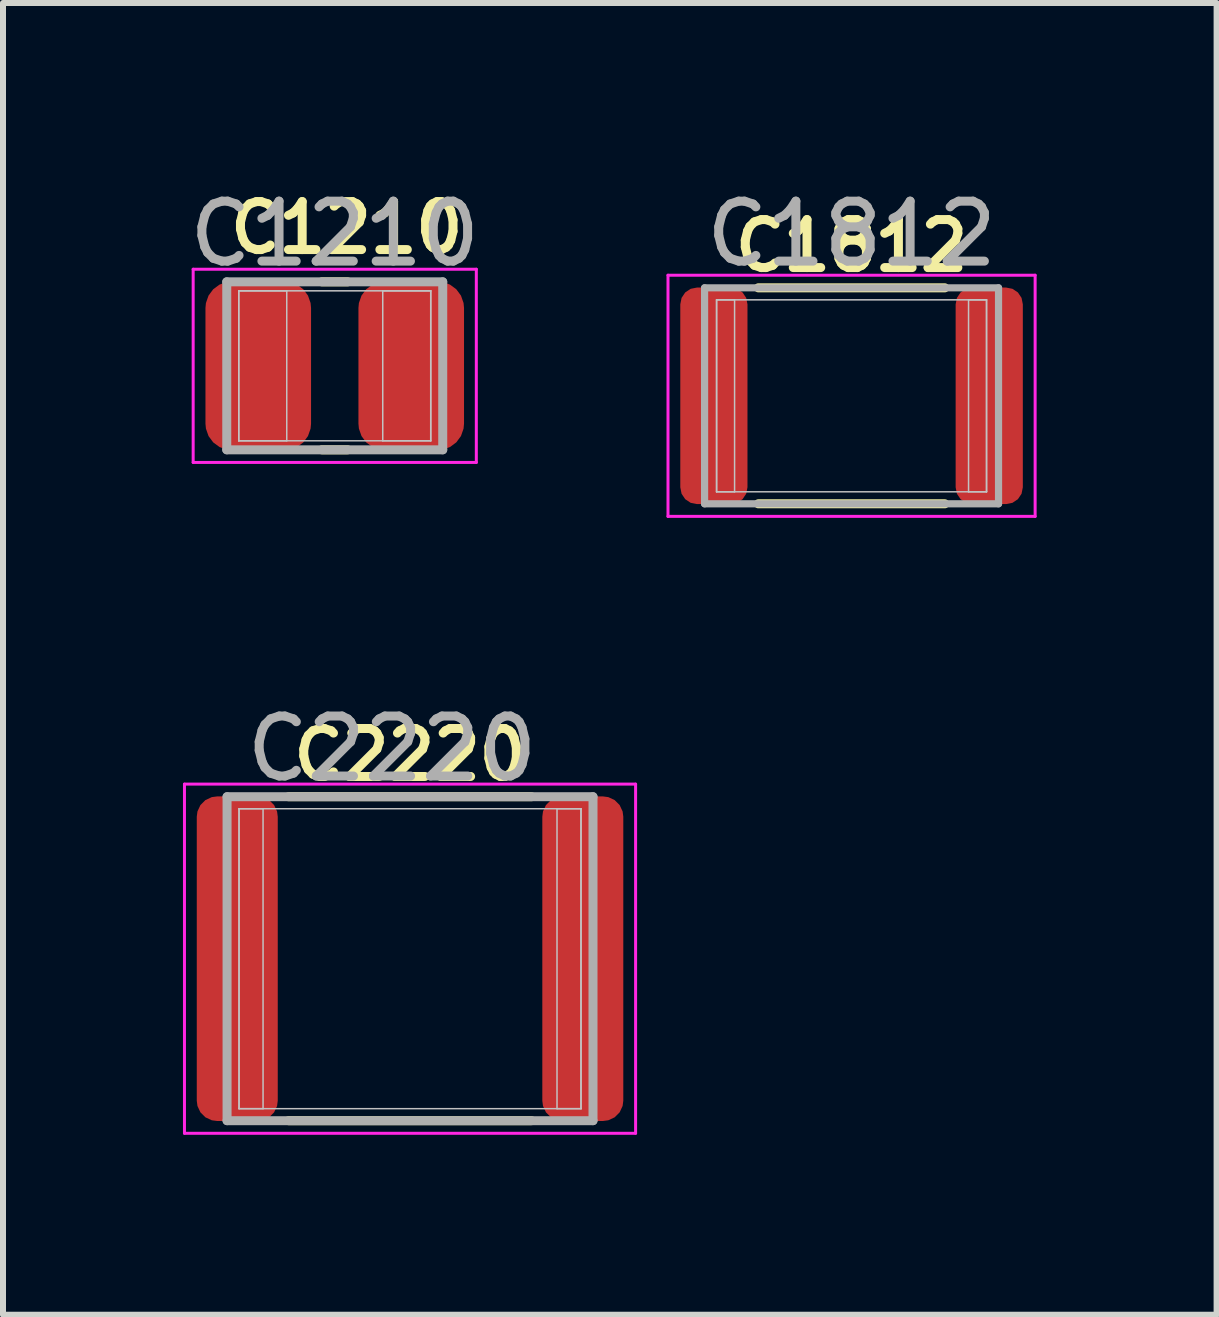
<source format=kicad_pcb>
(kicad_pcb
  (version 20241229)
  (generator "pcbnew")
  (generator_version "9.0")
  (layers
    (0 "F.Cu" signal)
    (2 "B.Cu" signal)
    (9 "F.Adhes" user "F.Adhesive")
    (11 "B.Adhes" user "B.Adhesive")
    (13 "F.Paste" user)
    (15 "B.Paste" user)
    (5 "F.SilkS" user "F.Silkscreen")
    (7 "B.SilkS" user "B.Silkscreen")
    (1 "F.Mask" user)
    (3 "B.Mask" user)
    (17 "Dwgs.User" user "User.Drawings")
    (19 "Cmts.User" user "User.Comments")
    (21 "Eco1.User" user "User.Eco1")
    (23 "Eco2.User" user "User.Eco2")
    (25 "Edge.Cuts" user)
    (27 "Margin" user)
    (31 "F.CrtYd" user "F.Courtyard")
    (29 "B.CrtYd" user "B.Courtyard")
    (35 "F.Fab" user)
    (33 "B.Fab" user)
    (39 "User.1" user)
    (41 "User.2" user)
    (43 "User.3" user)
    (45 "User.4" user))
  (footprint "C1812"
    (layer "F.Cu")
    (at 11.145 3.548)
    (property "Reference" "C1812" (at 0 -2.7 0) (layer "F.Fab") (effects (font (size 1 1) (thickness 0.15))))
    (attr smd)
    (fp_line (start -1.555 -1.8) (end 1.555 -1.8) (stroke (width 0.15) (type solid)) (layer "F.SilkS"))
    (fp_line (start -1.555 1.8) (end 1.555 1.8) (stroke (width 0.15) (type solid)) (layer "F.SilkS"))
    (fp_line (start -2.25 -1.6) (end -1.95 -1.6) (stroke (width 0.025) (type solid)) (layer "Dwgs.User"))
    (fp_line (start -2.25 -1.6) (end 2.25 -1.6) (stroke (width 0.025) (type solid)) (layer "Dwgs.User"))
    (fp_line (start -2.25 1.6) (end -2.25 -1.6) (stroke (width 0.025) (type solid)) (layer "Dwgs.User"))
    (fp_line (start -2.25 1.6) (end -2.25 -1.6) (stroke (width 0.025) (type solid)) (layer "Dwgs.User"))
    (fp_line (start -1.95 -1.6) (end -1.95 1.6) (stroke (width 0.025) (type solid)) (layer "Dwgs.User"))
    (fp_line (start -1.95 1.6) (end -2.25 1.6) (stroke (width 0.025) (type solid)) (layer "Dwgs.User"))
    (fp_line (start 1.95 -1.6) (end 2.25 -1.6) (stroke (width 0.025) (type solid)) (layer "Dwgs.User"))
    (fp_line (start 1.95 1.6) (end 1.95 -1.6) (stroke (width 0.025) (type solid)) (layer "Dwgs.User"))
    (fp_line (start 2.25 -1.6) (end 2.25 1.6) (stroke (width 0.025) (type solid)) (layer "Dwgs.User"))
    (fp_line (start 2.25 -1.6) (end 2.25 1.6) (stroke (width 0.025) (type solid)) (layer "Dwgs.User"))
    (fp_line (start 2.25 1.6) (end -2.25 1.6) (stroke (width 0.025) (type solid)) (layer "Dwgs.User"))
    (fp_line (start 2.25 1.6) (end 1.95 1.6) (stroke (width 0.025) (type solid)) (layer "Dwgs.User"))
    (fp_line (start -3.06 -2.01) (end 3.06 -2.01) (stroke (width 0.05) (type solid)) (layer "F.CrtYd"))
    (fp_line (start -3.06 2.01) (end -3.06 -2.01) (stroke (width 0.05) (type solid)) (layer "F.CrtYd"))
    (fp_line (start 3.06 -2.01) (end 3.06 2.01) (stroke (width 0.05) (type solid)) (layer "F.CrtYd"))
    (fp_line (start 3.06 2.01) (end -3.06 2.01) (stroke (width 0.05) (type solid)) (layer "F.CrtYd"))
    (fp_line (start -2.45 -1.8) (end 2.45 -1.8) (stroke (width 0.12) (type solid)) (layer "F.Fab"))
    (fp_line (start -2.45 1.8) (end -2.45 -1.8) (stroke (width 0.12) (type solid)) (layer "F.Fab"))
    (fp_line (start 2.45 -1.8) (end 2.45 1.8) (stroke (width 0.12) (type solid)) (layer "F.Fab"))
    (fp_line (start 2.45 1.8) (end -2.45 1.8) (stroke (width 0.12) (type solid)) (layer "F.Fab"))
    (fp_text user "${REFERENCE}" (at 0 -2.5 0) (layer "F.SilkS") (effects (font (size 0.8 0.8) (thickness 0.15))))
    (pad "" smd custom (at -2.295 0) (size 0.3 0.3) (layers "F.Paste") (options (anchor circle)) (primitives (gr_poly (pts (xy -0.56 -1.55) (xy -0.3 -1.805) (xy 0.185 -1.805) (xy 0.56 0) (xy 0.18 1.805) (xy -0.3 1.805) (xy -0.56 1.55)) (width 0) (fill yes))))
    (pad "" smd custom (at 2.295 0 180) (size 0.3 0.3) (layers "F.Paste") (options (anchor circle)) (primitives (gr_poly (pts (xy -0.56 -1.55) (xy -0.3 -1.805) (xy 0.185 -1.805) (xy 0.56 0) (xy 0.18 1.805) (xy -0.3 1.805) (xy -0.56 1.55)) (width 0) (fill yes))))
    (pad "1" smd roundrect (at -2.295 0) (size 1.12 3.61) (layers "F.Cu" "F.Mask") (roundrect_rratio 0.25))
    (pad "2" smd roundrect (at 2.295 0) (size 1.12 3.61) (layers "F.Cu" "F.Mask") (roundrect_rratio 0.25)))
  (footprint "C2220"
    (layer "F.Cu")
    (at 3.785 12.931)
    (property "Reference" "C2220" (at -0.3 -3.5 0) (layer "F.Fab") (effects (font (size 1 1) (thickness 0.15))))
    (attr smd)
    (fp_line (start -2.025 -2.7) (end 2.025 -2.7) (stroke (width 0.15) (type solid)) (layer "F.SilkS"))
    (fp_line (start -2.025 2.7) (end 2.025 2.7) (stroke (width 0.15) (type solid)) (layer "F.SilkS"))
    (fp_line (start -2.85 -2.5) (end -2.45 -2.5) (stroke (width 0.025) (type solid)) (layer "Dwgs.User"))
    (fp_line (start -2.85 -2.5) (end 2.85 -2.5) (stroke (width 0.025) (type solid)) (layer "Dwgs.User"))
    (fp_line (start -2.85 2.5) (end -2.85 -2.5) (stroke (width 0.025) (type solid)) (layer "Dwgs.User"))
    (fp_line (start -2.85 2.5) (end -2.85 -2.5) (stroke (width 0.025) (type solid)) (layer "Dwgs.User"))
    (fp_line (start -2.45 -2.5) (end -2.45 2.5) (stroke (width 0.025) (type solid)) (layer "Dwgs.User"))
    (fp_line (start -2.45 2.5) (end -2.85 2.5) (stroke (width 0.025) (type solid)) (layer "Dwgs.User"))
    (fp_line (start 2.45 -2.5) (end 2.85 -2.5) (stroke (width 0.025) (type solid)) (layer "Dwgs.User"))
    (fp_line (start 2.45 2.5) (end 2.45 -2.5) (stroke (width 0.025) (type solid)) (layer "Dwgs.User"))
    (fp_line (start 2.85 -2.5) (end 2.85 2.5) (stroke (width 0.025) (type solid)) (layer "Dwgs.User"))
    (fp_line (start 2.85 -2.5) (end 2.85 2.5) (stroke (width 0.025) (type solid)) (layer "Dwgs.User"))
    (fp_line (start 2.85 2.5) (end -2.85 2.5) (stroke (width 0.025) (type solid)) (layer "Dwgs.User"))
    (fp_line (start 2.85 2.5) (end 2.45 2.5) (stroke (width 0.025) (type solid)) (layer "Dwgs.User"))
    (fp_line (start -3.76 -2.91) (end 3.76 -2.91) (stroke (width 0.05) (type solid)) (layer "F.CrtYd"))
    (fp_line (start -3.76 2.91) (end -3.76 -2.91) (stroke (width 0.05) (type solid)) (layer "F.CrtYd"))
    (fp_line (start 3.76 -2.91) (end 3.76 2.91) (stroke (width 0.05) (type solid)) (layer "F.CrtYd"))
    (fp_line (start 3.76 2.91) (end -3.76 2.91) (stroke (width 0.05) (type solid)) (layer "F.CrtYd"))
    (fp_line (start -3.05 -2.7) (end 3.05 -2.7) (stroke (width 0.15) (type solid)) (layer "F.Fab"))
    (fp_line (start -3.05 2.7) (end -3.05 -2.7) (stroke (width 0.15) (type solid)) (layer "F.Fab"))
    (fp_line (start 3.05 -2.7) (end 3.05 2.7) (stroke (width 0.15) (type solid)) (layer "F.Fab"))
    (fp_line (start 3.05 2.7) (end -3.05 2.7) (stroke (width 0.15) (type solid)) (layer "F.Fab"))
    (fp_text user "${REFERENCE}" (at 0 -3.4 0) (layer "F.SilkS") (effects (font (size 0.8 0.8) (thickness 0.15))))
    (pad "" smd custom (at -2.88 0) (size 0.3 0.3) (layers "F.Paste") (options (anchor circle)) (primitives (gr_poly (pts (xy -0.675 -2.36) (xy -0.36 -2.705) (xy 0.225 -2.705) (xy 0.675 0) (xy 0.225 2.705) (xy -0.36 2.705) (xy -0.675 2.36)) (width 0) (fill yes))))
    (pad "" smd custom (at 2.88 0 180) (size 0.3 0.3) (layers "F.Paste") (options (anchor circle)) (primitives (gr_poly (pts (xy -0.675 -2.36) (xy -0.36 -2.705) (xy 0.225 -2.705) (xy 0.675 0) (xy 0.225 2.705) (xy -0.36 2.705) (xy -0.675 2.36)) (width 0) (fill yes))))
    (pad "1" smd roundrect (at -2.88 0) (size 1.35 5.41) (layers "F.Cu" "F.Mask") (roundrect_rratio 0.25))
    (pad "2" smd roundrect (at 2.88 0) (size 1.35 5.41) (layers "F.Cu" "F.Mask") (roundrect_rratio 0.25)))
  (footprint "C1210"
    (layer "F.Cu")
    (at 2.53 3.048)
    (property "Reference" "C1210" (at 0 -2.2 0) (layer "F.Fab") (effects (font (size 1 1) (thickness 0.15))))
    (attr smd)
    (fp_line (start -0.215 -1.4) (end 0.215 -1.4) (stroke (width 0.15) (type solid)) (layer "F.SilkS"))
    (fp_line (start -0.215 1.4) (end 0.215 1.4) (stroke (width 0.15) (type solid)) (layer "F.SilkS"))
    (fp_line (start -1.6 -1.25) (end -0.8 -1.25) (stroke (width 0.025) (type solid)) (layer "Dwgs.User"))
    (fp_line (start -1.6 -1.25) (end 1.6 -1.25) (stroke (width 0.025) (type solid)) (layer "Dwgs.User"))
    (fp_line (start -1.6 1.25) (end -1.6 -1.25) (stroke (width 0.025) (type solid)) (layer "Dwgs.User"))
    (fp_line (start -1.6 1.25) (end -1.6 -1.25) (stroke (width 0.025) (type solid)) (layer "Dwgs.User"))
    (fp_line (start -0.8 -1.25) (end -0.8 1.25) (stroke (width 0.025) (type solid)) (layer "Dwgs.User"))
    (fp_line (start -0.8 1.25) (end -1.6 1.25) (stroke (width 0.025) (type solid)) (layer "Dwgs.User"))
    (fp_line (start 0.8 -1.25) (end 1.6 -1.25) (stroke (width 0.025) (type solid)) (layer "Dwgs.User"))
    (fp_line (start 0.8 1.25) (end 0.8 -1.25) (stroke (width 0.025) (type solid)) (layer "Dwgs.User"))
    (fp_line (start 1.6 -1.25) (end 1.6 1.25) (stroke (width 0.025) (type solid)) (layer "Dwgs.User"))
    (fp_line (start 1.6 -1.25) (end 1.6 1.25) (stroke (width 0.025) (type solid)) (layer "Dwgs.User"))
    (fp_line (start 1.6 1.25) (end -1.6 1.25) (stroke (width 0.025) (type solid)) (layer "Dwgs.User"))
    (fp_line (start 1.6 1.25) (end 0.8 1.25) (stroke (width 0.025) (type solid)) (layer "Dwgs.User"))
    (fp_line (start -2.36 -1.61) (end 2.36 -1.61) (stroke (width 0.05) (type solid)) (layer "F.CrtYd"))
    (fp_line (start -2.36 1.61) (end -2.36 -1.61) (stroke (width 0.05) (type solid)) (layer "F.CrtYd"))
    (fp_line (start 2.36 -1.61) (end 2.36 1.61) (stroke (width 0.05) (type solid)) (layer "F.CrtYd"))
    (fp_line (start 2.36 1.61) (end -2.36 1.61) (stroke (width 0.05) (type solid)) (layer "F.CrtYd"))
    (fp_line (start -1.8 -1.4) (end 1.8 -1.4) (stroke (width 0.15) (type solid)) (layer "F.Fab"))
    (fp_line (start -1.8 1.4) (end -1.8 -1.4) (stroke (width 0.15) (type solid)) (layer "F.Fab"))
    (fp_line (start 1.8 -1.4) (end 1.8 1.4) (stroke (width 0.15) (type solid)) (layer "F.Fab"))
    (fp_line (start 1.8 1.4) (end -1.8 1.4) (stroke (width 0.15) (type solid)) (layer "F.Fab"))
    (fp_text user "${REFERENCE}" (at 0.2 -2.3 0) (layer "F.SilkS") (effects (font (size 0.8 0.8) (thickness 0.15))))
    (pad "" smd custom (at -1.275 0) (size 0.3 0.3) (layers "F.Paste") (options (anchor circle)) (primitives (gr_poly (pts (xy -0.88 -1) (xy -0.5 -1.405) (xy 0.295 -1.405) (xy 0.88 0) (xy 0.295 1.405) (xy -0.5 1.405) (xy -0.88 1)) (width 0) (fill yes))))
    (pad "" smd custom (at 1.275 0 180) (size 0.3 0.3) (layers "F.Paste") (options (anchor circle)) (primitives (gr_poly (pts (xy -0.88 -1) (xy -0.5 -1.405) (xy 0.295 -1.405) (xy 0.88 0) (xy 0.295 1.405) (xy -0.5 1.405) (xy -0.88 1)) (width 0) (fill yes))))
    (pad "1" smd roundrect (at -1.275 0) (size 1.76 2.81) (layers "F.Cu" "F.Mask") (roundrect_rratio 0.25))
    (pad "2" smd roundrect (at 1.275 0) (size 1.76 2.81) (layers "F.Cu" "F.Mask") (roundrect_rratio 0.25)))
  (gr_rect
    (start -3 -3)
    (end 17.23 18.866)
    (stroke (width 0.1) (type default))
    (fill no)
    (layer "Edge.Cuts")))
</source>
